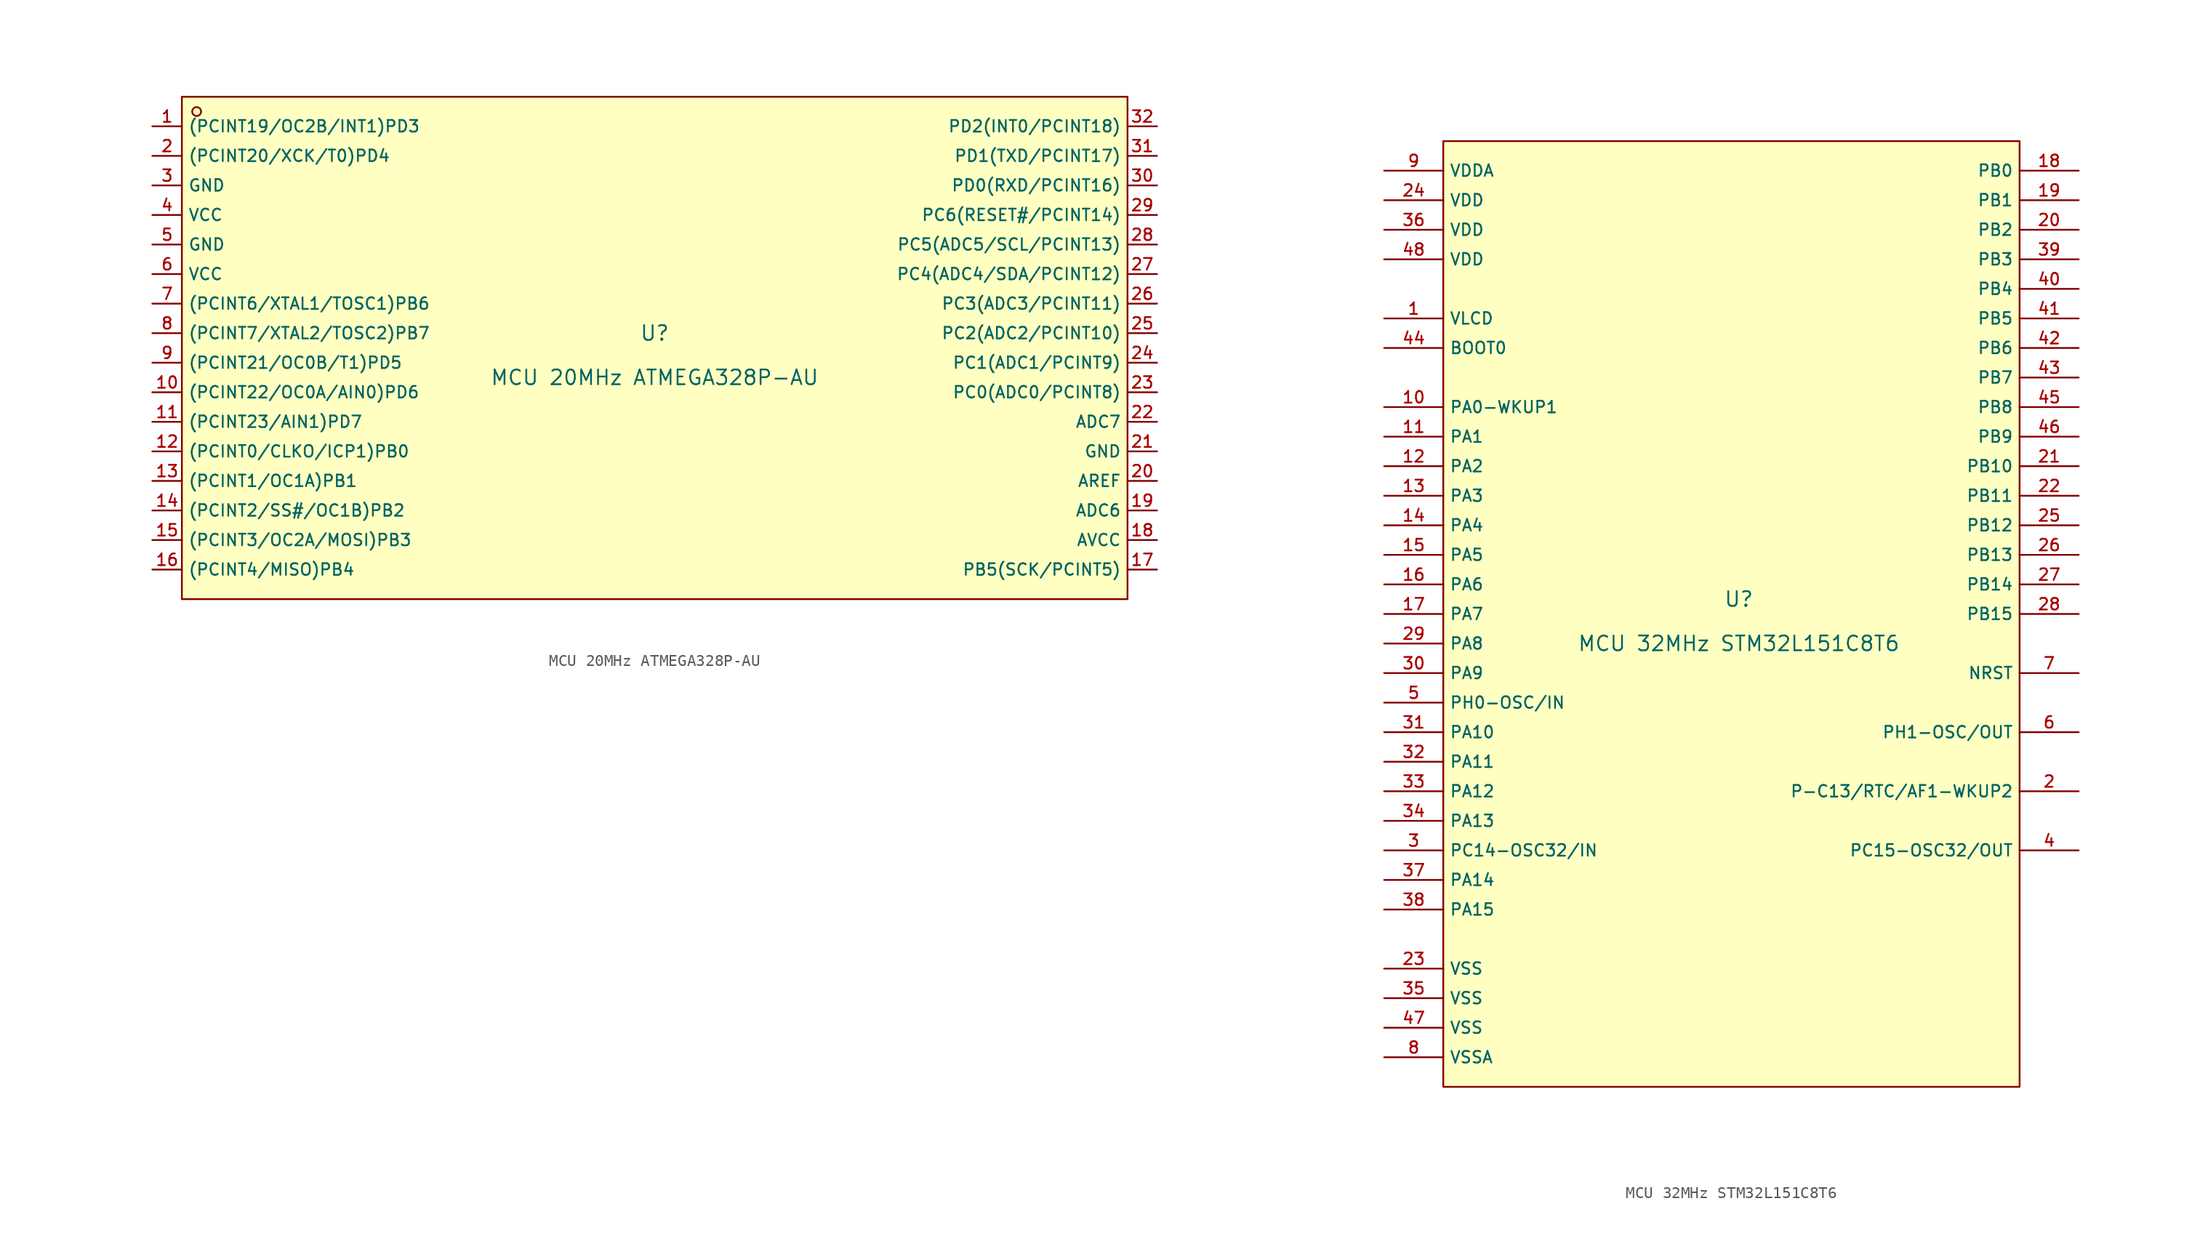
<source format=kicad_sym>
(kicad_symbol_lib
  (version 20220914)
  (generator kicad_symbol_editor)
  (symbol "MCU 20MHz ATMEGA328P-AU"
    (property "Reference" "U"
      (at 0 1.27 0)
      (effects (font (size 1.27 1.27))))
    (property "Value" "MCU 20MHz ATMEGA328P-AU"
      (at 0 -2.54 0)
      (effects (font (size 1.27 1.27))))
    (symbol "MCU 20MHz ATMEGA328P-AU_0_1"
      (rectangle (start -40.64 21.59) (end 40.64 -21.59) (stroke (width 0) (type default)) (fill (type background)))
      (circle (center -39.37 20.32) (radius 0.381) (stroke (width 0) (type default)) (fill (type background)))
      (pin unspecified line (at -43.18 19.05 0) (length 2.54) (name "(PCINT19/OC2B/INT1)PD3" (effects (font (size 1 1)))) (number "1" (effects (font (size 1 1)))))
      (pin unspecified line (at -43.18 -3.81 0) (length 2.54) (name "(PCINT22/OC0A/AIN0)PD6" (effects (font (size 1 1)))) (number "10" (effects (font (size 1 1)))))
      (pin unspecified line (at -43.18 -6.35 0) (length 2.54) (name "(PCINT23/AIN1)PD7" (effects (font (size 1 1)))) (number "11" (effects (font (size 1 1)))))
      (pin unspecified line (at -43.18 -8.89 0) (length 2.54) (name "(PCINT0/CLKO/ICP1)PB0" (effects (font (size 1 1)))) (number "12" (effects (font (size 1 1)))))
      (pin unspecified line (at -43.18 -11.43 0) (length 2.54) (name "(PCINT1/OC1A)PB1" (effects (font (size 1 1)))) (number "13" (effects (font (size 1 1)))))
      (pin unspecified line (at -43.18 -13.97 0) (length 2.54) (name "(PCINT2/SS#/OC1B)PB2" (effects (font (size 1 1)))) (number "14" (effects (font (size 1 1)))))
      (pin unspecified line (at -43.18 -16.51 0) (length 2.54) (name "(PCINT3/OC2A/MOSI)PB3" (effects (font (size 1 1)))) (number "15" (effects (font (size 1 1)))))
      (pin unspecified line (at -43.18 -19.05 0) (length 2.54) (name "(PCINT4/MISO)PB4" (effects (font (size 1 1)))) (number "16" (effects (font (size 1 1)))))
      (pin unspecified line (at 43.18 -19.05 180) (length 2.54) (name "PB5(SCK/PCINT5)" (effects (font (size 1 1)))) (number "17" (effects (font (size 1 1)))))
      (pin unspecified line (at 43.18 -16.51 180) (length 2.54) (name "AVCC" (effects (font (size 1 1)))) (number "18" (effects (font (size 1 1)))))
      (pin unspecified line (at 43.18 -13.97 180) (length 2.54) (name "ADC6" (effects (font (size 1 1)))) (number "19" (effects (font (size 1 1)))))
      (pin unspecified line (at -43.18 16.51 0) (length 2.54) (name "(PCINT20/XCK/T0)PD4" (effects (font (size 1 1)))) (number "2" (effects (font (size 1 1)))))
      (pin unspecified line (at 43.18 -11.43 180) (length 2.54) (name "AREF" (effects (font (size 1 1)))) (number "20" (effects (font (size 1 1)))))
      (pin unspecified line (at 43.18 -8.89 180) (length 2.54) (name "GND" (effects (font (size 1 1)))) (number "21" (effects (font (size 1 1)))))
      (pin unspecified line (at 43.18 -6.35 180) (length 2.54) (name "ADC7" (effects (font (size 1 1)))) (number "22" (effects (font (size 1 1)))))
      (pin unspecified line (at 43.18 -3.81 180) (length 2.54) (name "PC0(ADC0/PCINT8)" (effects (font (size 1 1)))) (number "23" (effects (font (size 1 1)))))
      (pin unspecified line (at 43.18 -1.27 180) (length 2.54) (name "PC1(ADC1/PCINT9)" (effects (font (size 1 1)))) (number "24" (effects (font (size 1 1)))))
      (pin unspecified line (at 43.18 1.27 180) (length 2.54) (name "PC2(ADC2/PCINT10)" (effects (font (size 1 1)))) (number "25" (effects (font (size 1 1)))))
      (pin unspecified line (at 43.18 3.81 180) (length 2.54) (name "PC3(ADC3/PCINT11)" (effects (font (size 1 1)))) (number "26" (effects (font (size 1 1)))))
      (pin unspecified line (at 43.18 6.35 180) (length 2.54) (name "PC4(ADC4/SDA/PCINT12)" (effects (font (size 1 1)))) (number "27" (effects (font (size 1 1)))))
      (pin unspecified line (at 43.18 8.89 180) (length 2.54) (name "PC5(ADC5/SCL/PCINT13)" (effects (font (size 1 1)))) (number "28" (effects (font (size 1 1)))))
      (pin unspecified line (at 43.18 11.43 180) (length 2.54) (name "PC6(RESET#/PCINT14)" (effects (font (size 1 1)))) (number "29" (effects (font (size 1 1)))))
      (pin unspecified line (at -43.18 13.97 0) (length 2.54) (name "GND" (effects (font (size 1 1)))) (number "3" (effects (font (size 1 1)))))
      (pin unspecified line (at 43.18 13.97 180) (length 2.54) (name "PD0(RXD/PCINT16)" (effects (font (size 1 1)))) (number "30" (effects (font (size 1 1)))))
      (pin unspecified line (at 43.18 16.51 180) (length 2.54) (name "PD1(TXD/PCINT17)" (effects (font (size 1 1)))) (number "31" (effects (font (size 1 1)))))
      (pin unspecified line (at 43.18 19.05 180) (length 2.54) (name "PD2(INT0/PCINT18)" (effects (font (size 1 1)))) (number "32" (effects (font (size 1 1)))))
      (pin unspecified line (at -43.18 11.43 0) (length 2.54) (name "VCC" (effects (font (size 1 1)))) (number "4" (effects (font (size 1 1)))))
      (pin unspecified line (at -43.18 8.89 0) (length 2.54) (name "GND" (effects (font (size 1 1)))) (number "5" (effects (font (size 1 1)))))
      (pin unspecified line (at -43.18 6.35 0) (length 2.54) (name "VCC" (effects (font (size 1 1)))) (number "6" (effects (font (size 1 1)))))
      (pin unspecified line (at -43.18 3.81 0) (length 2.54) (name "(PCINT6/XTAL1/TOSC1)PB6" (effects (font (size 1 1)))) (number "7" (effects (font (size 1 1)))))
      (pin unspecified line (at -43.18 1.27 0) (length 2.54) (name "(PCINT7/XTAL2/TOSC2)PB7" (effects (font (size 1 1)))) (number "8" (effects (font (size 1 1)))))
      (pin unspecified line (at -43.18 -1.27 0) (length 2.54) (name "(PCINT21/OC0B/T1)PD5" (effects (font (size 1 1)))) (number "9" (effects (font (size 1 1)))))))
  (symbol "MCU 32MHz STM32L151C8T6"
    (property "Reference" "U"
      (at 0 1.27 0)
      (effects (font (size 1.27 1.27))))
    (property "Value" "MCU 32MHz STM32L151C8T6"
      (at 0 -2.54 0)
      (effects (font (size 1.27 1.27))))
    (symbol "MCU 32MHz STM32L151C8T6_0_1"
      (rectangle (start -25.4 40.64) (end 24.13 -40.64) (stroke (width 0) (type default)) (fill (type background)))
      (pin power_in line (at -30.48 25.4 0) (length 5.08) (name "VLCD" (effects (font (size 1 1)))) (number "1" (effects (font (size 1 1)))))
      (pin unspecified line (at -30.48 17.78 0) (length 5.08) (name "PA0-WKUP1" (effects (font (size 1 1)))) (number "10" (effects (font (size 1 1)))))
      (pin unspecified line (at -30.48 15.24 0) (length 5.08) (name "PA1" (effects (font (size 1 1)))) (number "11" (effects (font (size 1 1)))))
      (pin unspecified line (at -30.48 12.7 0) (length 5.08) (name "PA2" (effects (font (size 1 1)))) (number "12" (effects (font (size 1 1)))))
      (pin unspecified line (at -30.48 10.16 0) (length 5.08) (name "PA3" (effects (font (size 1 1)))) (number "13" (effects (font (size 1 1)))))
      (pin unspecified line (at -30.48 7.62 0) (length 5.08) (name "PA4" (effects (font (size 1 1)))) (number "14" (effects (font (size 1 1)))))
      (pin unspecified line (at -30.48 5.08 0) (length 5.08) (name "PA5" (effects (font (size 1 1)))) (number "15" (effects (font (size 1 1)))))
      (pin unspecified line (at -30.48 2.54 0) (length 5.08) (name "PA6" (effects (font (size 1 1)))) (number "16" (effects (font (size 1 1)))))
      (pin unspecified line (at -30.48 0 0) (length 5.08) (name "PA7" (effects (font (size 1 1)))) (number "17" (effects (font (size 1 1)))))
      (pin unspecified line (at 29.21 38.1 180) (length 5.08) (name "PB0" (effects (font (size 1 1)))) (number "18" (effects (font (size 1 1)))))
      (pin unspecified line (at 29.21 35.56 180) (length 5.08) (name "PB1" (effects (font (size 1 1)))) (number "19" (effects (font (size 1 1)))))
      (pin unspecified line (at 29.21 -15.24 180) (length 5.08) (name "P-C13/RTC/AF1-WKUP2" (effects (font (size 1 1)))) (number "2" (effects (font (size 1 1)))))
      (pin unspecified line (at 29.21 33.02 180) (length 5.08) (name "PB2" (effects (font (size 1 1)))) (number "20" (effects (font (size 1 1)))))
      (pin unspecified line (at 29.21 12.7 180) (length 5.08) (name "PB10" (effects (font (size 1 1)))) (number "21" (effects (font (size 1 1)))))
      (pin unspecified line (at 29.21 10.16 180) (length 5.08) (name "PB11" (effects (font (size 1 1)))) (number "22" (effects (font (size 1 1)))))
      (pin power_in line (at -30.48 -30.48 0) (length 5.08) (name "VSS" (effects (font (size 1 1)))) (number "23" (effects (font (size 1 1)))))
      (pin power_in line (at -30.48 35.56 0) (length 5.08) (name "VDD" (effects (font (size 1 1)))) (number "24" (effects (font (size 1 1)))))
      (pin unspecified line (at 29.21 7.62 180) (length 5.08) (name "PB12" (effects (font (size 1 1)))) (number "25" (effects (font (size 1 1)))))
      (pin unspecified line (at 29.21 5.08 180) (length 5.08) (name "PB13" (effects (font (size 1 1)))) (number "26" (effects (font (size 1 1)))))
      (pin unspecified line (at 29.21 2.54 180) (length 5.08) (name "PB14" (effects (font (size 1 1)))) (number "27" (effects (font (size 1 1)))))
      (pin unspecified line (at 29.21 0 180) (length 5.08) (name "PB15" (effects (font (size 1 1)))) (number "28" (effects (font (size 1 1)))))
      (pin unspecified line (at -30.48 -2.54 0) (length 5.08) (name "PA8" (effects (font (size 1 1)))) (number "29" (effects (font (size 1 1)))))
      (pin input line (at -30.48 -20.32 0) (length 5.08) (name "PC14-OSC32/IN" (effects (font (size 1 1)))) (number "3" (effects (font (size 1 1)))))
      (pin unspecified line (at -30.48 -5.08 0) (length 5.08) (name "PA9" (effects (font (size 1 1)))) (number "30" (effects (font (size 1 1)))))
      (pin unspecified line (at -30.48 -10.16 0) (length 5.08) (name "PA10" (effects (font (size 1 1)))) (number "31" (effects (font (size 1 1)))))
      (pin unspecified line (at -30.48 -12.7 0) (length 5.08) (name "PA11" (effects (font (size 1 1)))) (number "32" (effects (font (size 1 1)))))
      (pin unspecified line (at -30.48 -15.24 0) (length 5.08) (name "PA12" (effects (font (size 1 1)))) (number "33" (effects (font (size 1 1)))))
      (pin unspecified line (at -30.48 -17.78 0) (length 5.08) (name "PA13" (effects (font (size 1 1)))) (number "34" (effects (font (size 1 1)))))
      (pin power_in line (at -30.48 -33.02 0) (length 5.08) (name "VSS" (effects (font (size 1 1)))) (number "35" (effects (font (size 1 1)))))
      (pin power_in line (at -30.48 33.02 0) (length 5.08) (name "VDD" (effects (font (size 1 1)))) (number "36" (effects (font (size 1 1)))))
      (pin unspecified line (at -30.48 -22.86 0) (length 5.08) (name "PA14" (effects (font (size 1 1)))) (number "37" (effects (font (size 1 1)))))
      (pin unspecified line (at -30.48 -25.4 0) (length 5.08) (name "PA15" (effects (font (size 1 1)))) (number "38" (effects (font (size 1 1)))))
      (pin unspecified line (at 29.21 30.48 180) (length 5.08) (name "PB3" (effects (font (size 1 1)))) (number "39" (effects (font (size 1 1)))))
      (pin output line (at 29.21 -20.32 180) (length 5.08) (name "PC15-OSC32/OUT" (effects (font (size 1 1)))) (number "4" (effects (font (size 1 1)))))
      (pin unspecified line (at 29.21 27.94 180) (length 5.08) (name "PB4" (effects (font (size 1 1)))) (number "40" (effects (font (size 1 1)))))
      (pin unspecified line (at 29.21 25.4 180) (length 5.08) (name "PB5" (effects (font (size 1 1)))) (number "41" (effects (font (size 1 1)))))
      (pin unspecified line (at 29.21 22.86 180) (length 5.08) (name "PB6" (effects (font (size 1 1)))) (number "42" (effects (font (size 1 1)))))
      (pin unspecified line (at 29.21 20.32 180) (length 5.08) (name "PB7" (effects (font (size 1 1)))) (number "43" (effects (font (size 1 1)))))
      (pin input line (at -30.48 22.86 0) (length 5.08) (name "BOOT0" (effects (font (size 1 1)))) (number "44" (effects (font (size 1 1)))))
      (pin unspecified line (at 29.21 17.78 180) (length 5.08) (name "PB8" (effects (font (size 1 1)))) (number "45" (effects (font (size 1 1)))))
      (pin unspecified line (at 29.21 15.24 180) (length 5.08) (name "PB9" (effects (font (size 1 1)))) (number "46" (effects (font (size 1 1)))))
      (pin power_in line (at -30.48 -35.56 0) (length 5.08) (name "VSS" (effects (font (size 1 1)))) (number "47" (effects (font (size 1 1)))))
      (pin power_in line (at -30.48 30.48 0) (length 5.08) (name "VDD" (effects (font (size 1 1)))) (number "48" (effects (font (size 1 1)))))
      (pin input line (at -30.48 -7.62 0) (length 5.08) (name "PH0-OSC/IN" (effects (font (size 1 1)))) (number "5" (effects (font (size 1 1)))))
      (pin output line (at 29.21 -10.16 180) (length 5.08) (name "PH1-OSC/OUT" (effects (font (size 1 1)))) (number "6" (effects (font (size 1 1)))))
      (pin unspecified line (at 29.21 -5.08 180) (length 5.08) (name "NRST" (effects (font (size 1 1)))) (number "7" (effects (font (size 1 1)))))
      (pin power_in line (at -30.48 -38.1 0) (length 5.08) (name "VSSA" (effects (font (size 1 1)))) (number "8" (effects (font (size 1 1)))))
      (pin power_in line (at -30.48 38.1 0) (length 5.08) (name "VDDA" (effects (font (size 1 1)))) (number "9" (effects (font (size 1 1))))))))
</source>
